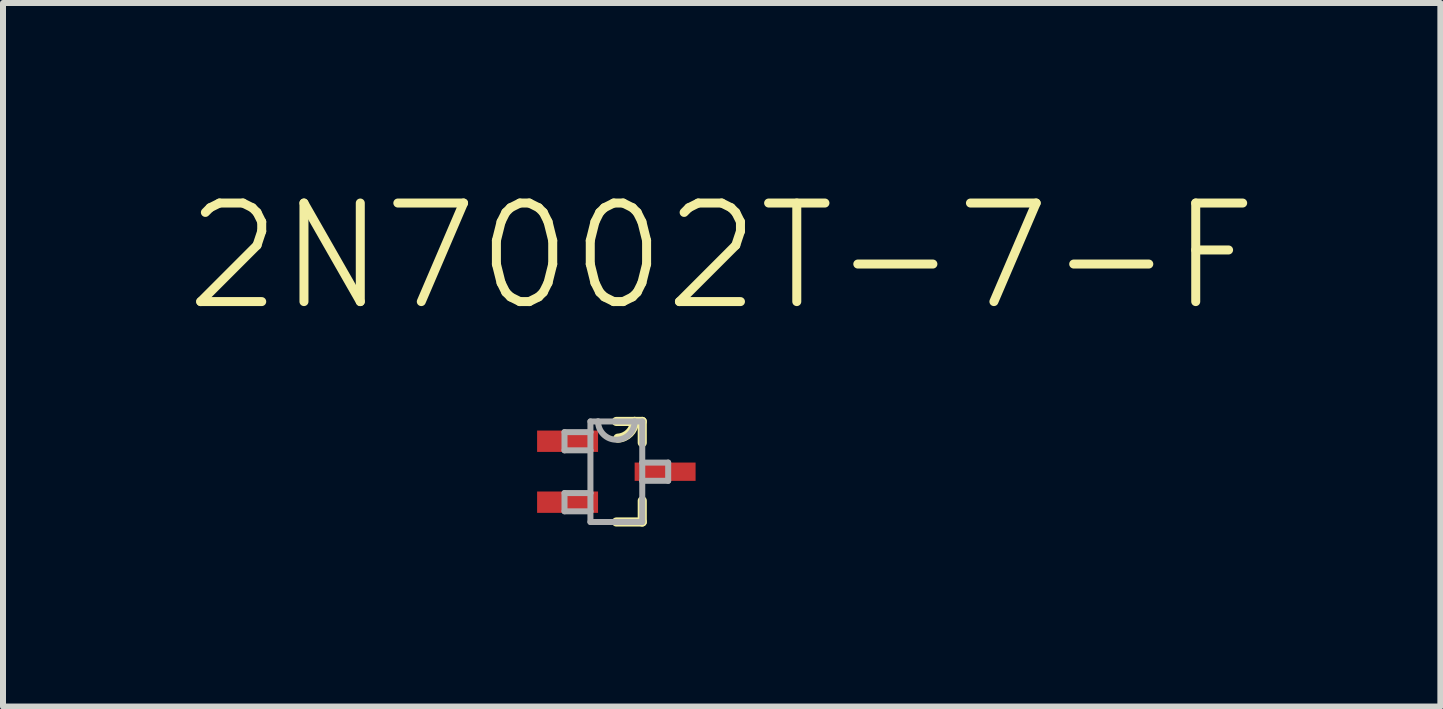
<source format=kicad_pcb>
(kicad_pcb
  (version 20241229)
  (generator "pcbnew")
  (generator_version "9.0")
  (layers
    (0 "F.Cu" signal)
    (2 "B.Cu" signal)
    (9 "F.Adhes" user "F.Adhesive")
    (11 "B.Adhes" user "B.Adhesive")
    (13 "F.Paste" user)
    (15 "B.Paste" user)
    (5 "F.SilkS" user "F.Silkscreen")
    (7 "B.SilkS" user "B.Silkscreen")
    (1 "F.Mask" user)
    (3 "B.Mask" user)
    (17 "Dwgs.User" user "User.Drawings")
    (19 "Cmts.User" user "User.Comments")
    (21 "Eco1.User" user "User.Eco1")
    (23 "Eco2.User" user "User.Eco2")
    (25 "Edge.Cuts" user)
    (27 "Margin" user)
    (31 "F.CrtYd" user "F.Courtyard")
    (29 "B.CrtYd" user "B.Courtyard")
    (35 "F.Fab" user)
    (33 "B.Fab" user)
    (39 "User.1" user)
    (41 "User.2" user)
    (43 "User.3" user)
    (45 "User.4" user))
  (footprint "2N7002T-7-F"
    (layer "F.Cu")
    (at 7.224 4.813)
    (property "Reference" "2N7002T-7-F" (at 1.756 -3.588 0) (layer "F.SilkS") (effects (font (size 1.643 1.643) (thickness 0.15))))
    (attr smd)
    (fp_line (start 0 0.838) (end 0.432 0.838) (stroke (width 0.152) (type solid)) (layer "F.SilkS"))
    (fp_line (start 0.305 -0.838) (end 0 -0.838) (stroke (width 0.152) (type solid)) (layer "F.SilkS"))
    (fp_line (start 0.432 -0.838) (end 0.305 -0.838) (stroke (width 0.152) (type solid)) (layer "F.SilkS"))
    (fp_line (start 0.432 -0.483) (end 0.432 -0.838) (stroke (width 0.152) (type solid)) (layer "F.SilkS"))
    (fp_line (start 0.432 0.838) (end 0.432 0.483) (stroke (width 0.152) (type solid)) (layer "F.SilkS"))
    (fp_arc (start 0.3048 -0.8382) (mid 0.218028 -0.645572) (end 0.0254 -0.5588) (stroke (width 0.1524) (type solid)) (layer "F.SilkS"))
    (fp_line (start -0.864 -0.66) (end -0.864 -0.356) (stroke (width 0.1) (type solid)) (layer "F.Fab"))
    (fp_line (start -0.864 -0.356) (end -0.432 -0.356) (stroke (width 0.1) (type solid)) (layer "F.Fab"))
    (fp_line (start -0.864 0.356) (end -0.864 0.66) (stroke (width 0.1) (type solid)) (layer "F.Fab"))
    (fp_line (start -0.864 0.66) (end -0.432 0.66) (stroke (width 0.1) (type solid)) (layer "F.Fab"))
    (fp_line (start -0.432 -0.838) (end -0.432 -0.66) (stroke (width 0.1) (type solid)) (layer "F.Fab"))
    (fp_line (start -0.432 -0.66) (end -0.864 -0.66) (stroke (width 0.1) (type solid)) (layer "F.Fab"))
    (fp_line (start -0.432 -0.66) (end -0.432 -0.356) (stroke (width 0.1) (type solid)) (layer "F.Fab"))
    (fp_line (start -0.432 -0.356) (end -0.432 0.356) (stroke (width 0.1) (type solid)) (layer "F.Fab"))
    (fp_line (start -0.432 0.356) (end -0.864 0.356) (stroke (width 0.1) (type solid)) (layer "F.Fab"))
    (fp_line (start -0.432 0.66) (end -0.432 0.356) (stroke (width 0.1) (type solid)) (layer "F.Fab"))
    (fp_line (start -0.432 0.838) (end -0.432 0.66) (stroke (width 0.1) (type solid)) (layer "F.Fab"))
    (fp_line (start -0.432 0.838) (end 0.432 0.838) (stroke (width 0.1) (type solid)) (layer "F.Fab"))
    (fp_line (start -0.305 -0.838) (end -0.432 -0.838) (stroke (width 0.1) (type solid)) (layer "F.Fab"))
    (fp_line (start 0.305 -0.838) (end -0.305 -0.838) (stroke (width 0.1) (type solid)) (layer "F.Fab"))
    (fp_line (start 0.432 -0.838) (end 0.305 -0.838) (stroke (width 0.1) (type solid)) (layer "F.Fab"))
    (fp_line (start 0.432 -0.152) (end 0.432 -0.838) (stroke (width 0.1) (type solid)) (layer "F.Fab"))
    (fp_line (start 0.432 0.152) (end 0.432 -0.152) (stroke (width 0.1) (type solid)) (layer "F.Fab"))
    (fp_line (start 0.432 0.152) (end 0.864 0.152) (stroke (width 0.1) (type solid)) (layer "F.Fab"))
    (fp_line (start 0.432 0.838) (end 0.432 0.152) (stroke (width 0.1) (type solid)) (layer "F.Fab"))
    (fp_line (start 0.864 -0.152) (end 0.432 -0.152) (stroke (width 0.1) (type solid)) (layer "F.Fab"))
    (fp_line (start 0.864 0.152) (end 0.864 -0.152) (stroke (width 0.1) (type solid)) (layer "F.Fab"))
    (fp_arc (start 0.3048 -0.8382) (mid 0 -0.5334) (end -0.3048 -0.8382) (stroke (width 0.1) (type solid)) (layer "F.Fab"))
    (pad "1" smd rect (at -0.813 -0.508) (size 1.016 0.356) (layers "F.Cu" "F.Mask" "F.Paste"))
    (pad "2" smd rect (at -0.813 0.508) (size 1.016 0.356) (layers "F.Cu" "F.Mask" "F.Paste"))
    (pad "3" smd rect (at 0.813 0) (size 1.016 0.305) (layers "F.Cu" "F.Mask" "F.Paste")))
  (gr_rect
    (start -3 -3)
    (end 20.96 8.727)
    (stroke (width 0.1) (type default))
    (fill no)
    (layer "Edge.Cuts")))
</source>
